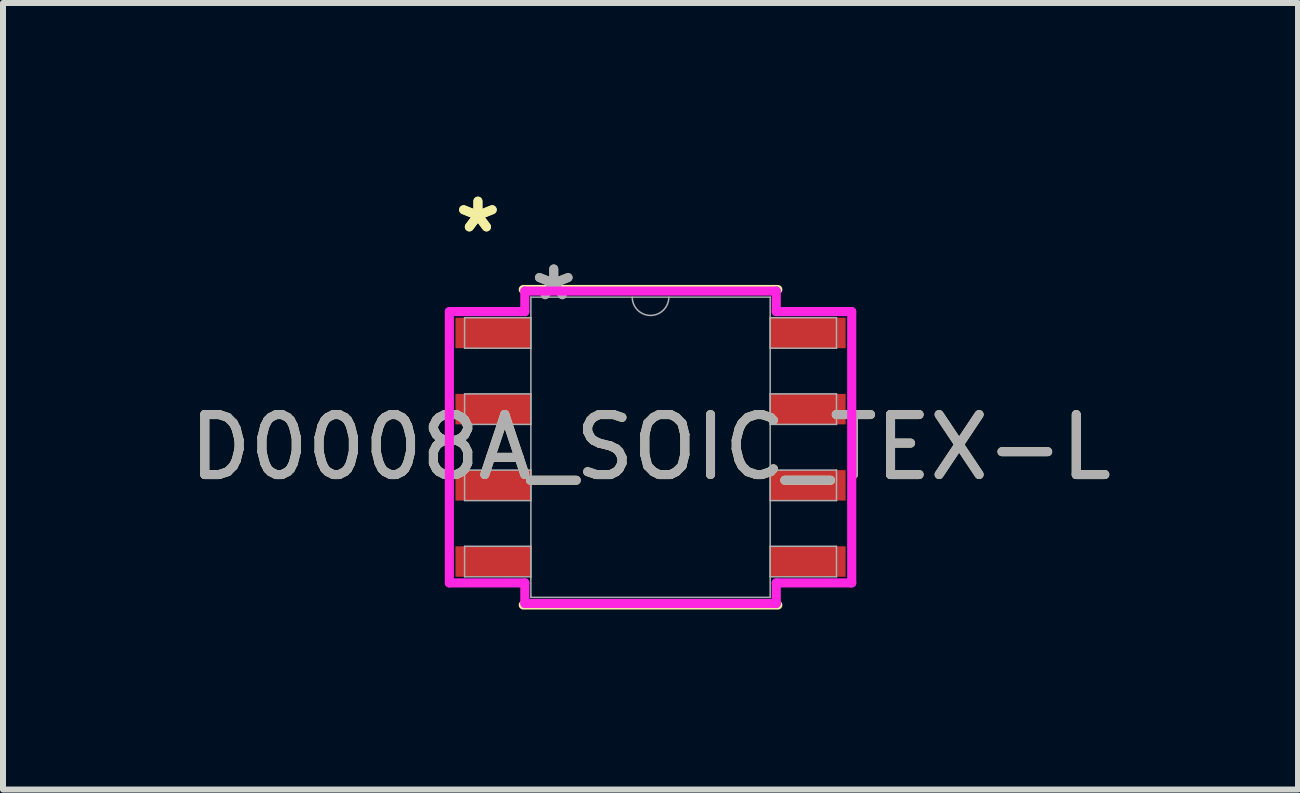
<source format=kicad_pcb>
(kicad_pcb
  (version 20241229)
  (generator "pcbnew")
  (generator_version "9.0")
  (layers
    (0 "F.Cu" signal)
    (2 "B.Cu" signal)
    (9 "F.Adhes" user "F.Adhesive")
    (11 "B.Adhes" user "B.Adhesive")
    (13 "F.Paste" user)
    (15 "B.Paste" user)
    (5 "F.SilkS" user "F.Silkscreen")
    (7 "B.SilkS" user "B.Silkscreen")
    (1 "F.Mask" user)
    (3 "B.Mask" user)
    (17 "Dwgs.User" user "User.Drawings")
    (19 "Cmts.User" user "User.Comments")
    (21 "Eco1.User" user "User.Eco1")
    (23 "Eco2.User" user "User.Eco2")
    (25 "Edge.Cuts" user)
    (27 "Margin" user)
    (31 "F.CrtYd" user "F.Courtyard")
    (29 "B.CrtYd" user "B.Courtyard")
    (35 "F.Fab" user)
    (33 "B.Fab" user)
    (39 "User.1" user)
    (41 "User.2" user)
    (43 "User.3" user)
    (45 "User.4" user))
  (footprint "D0008A_SOIC_TEX-L"
    (layer "F.Cu")
    (at 7.792 4.404)
    (property "Reference" "D0008A_SOIC_TEX-L" (at 0 0 0) (unlocked yes) (layer "F.SilkS") (effects (font (size 1 1) (thickness 0.15))))
    (attr smd)
    (fp_line (start -2.121 2.629) (end 2.121 2.629) (stroke (width 0.152) (type solid)) (layer "F.SilkS"))
    (fp_line (start 2.121 -2.629) (end -2.121 -2.629) (stroke (width 0.152) (type solid)) (layer "F.SilkS"))
    (fp_line (start -3.353 -2.261) (end -2.095 -2.261) (stroke (width 0.152) (type solid)) (layer "F.CrtYd"))
    (fp_line (start -3.353 2.261) (end -3.353 -2.261) (stroke (width 0.152) (type solid)) (layer "F.CrtYd"))
    (fp_line (start -3.353 2.261) (end -2.095 2.261) (stroke (width 0.152) (type solid)) (layer "F.CrtYd"))
    (fp_line (start -2.095 -2.603) (end 2.095 -2.603) (stroke (width 0.152) (type solid)) (layer "F.CrtYd"))
    (fp_line (start -2.095 -2.261) (end -2.095 -2.603) (stroke (width 0.152) (type solid)) (layer "F.CrtYd"))
    (fp_line (start -2.095 2.603) (end -2.095 2.261) (stroke (width 0.152) (type solid)) (layer "F.CrtYd"))
    (fp_line (start 2.095 -2.603) (end 2.095 -2.261) (stroke (width 0.152) (type solid)) (layer "F.CrtYd"))
    (fp_line (start 2.095 2.261) (end 2.095 2.603) (stroke (width 0.152) (type solid)) (layer "F.CrtYd"))
    (fp_line (start 2.095 2.603) (end -2.095 2.603) (stroke (width 0.152) (type solid)) (layer "F.CrtYd"))
    (fp_line (start 3.353 -2.261) (end 2.095 -2.261) (stroke (width 0.152) (type solid)) (layer "F.CrtYd"))
    (fp_line (start 3.353 -2.261) (end 3.353 2.261) (stroke (width 0.152) (type solid)) (layer "F.CrtYd"))
    (fp_line (start 3.353 2.261) (end 2.095 2.261) (stroke (width 0.152) (type solid)) (layer "F.CrtYd"))
    (fp_line (start -3.099 -2.159) (end -3.099 -1.651) (stroke (width 0.025) (type solid)) (layer "F.Fab"))
    (fp_line (start -3.099 -1.651) (end -1.994 -1.651) (stroke (width 0.025) (type solid)) (layer "F.Fab"))
    (fp_line (start -3.099 -0.889) (end -3.099 -0.381) (stroke (width 0.025) (type solid)) (layer "F.Fab"))
    (fp_line (start -3.099 -0.381) (end -1.994 -0.381) (stroke (width 0.025) (type solid)) (layer "F.Fab"))
    (fp_line (start -3.099 0.381) (end -3.099 0.889) (stroke (width 0.025) (type solid)) (layer "F.Fab"))
    (fp_line (start -3.099 0.889) (end -1.994 0.889) (stroke (width 0.025) (type solid)) (layer "F.Fab"))
    (fp_line (start -3.099 1.651) (end -3.099 2.159) (stroke (width 0.025) (type solid)) (layer "F.Fab"))
    (fp_line (start -3.099 2.159) (end -1.994 2.159) (stroke (width 0.025) (type solid)) (layer "F.Fab"))
    (fp_line (start -1.994 -2.502) (end -1.994 2.502) (stroke (width 0.025) (type solid)) (layer "F.Fab"))
    (fp_line (start -1.994 -2.159) (end -3.099 -2.159) (stroke (width 0.025) (type solid)) (layer "F.Fab"))
    (fp_line (start -1.994 -1.651) (end -1.994 -2.159) (stroke (width 0.025) (type solid)) (layer "F.Fab"))
    (fp_line (start -1.994 -0.889) (end -3.099 -0.889) (stroke (width 0.025) (type solid)) (layer "F.Fab"))
    (fp_line (start -1.994 -0.381) (end -1.994 -0.889) (stroke (width 0.025) (type solid)) (layer "F.Fab"))
    (fp_line (start -1.994 0.381) (end -3.099 0.381) (stroke (width 0.025) (type solid)) (layer "F.Fab"))
    (fp_line (start -1.994 0.889) (end -1.994 0.381) (stroke (width 0.025) (type solid)) (layer "F.Fab"))
    (fp_line (start -1.994 1.651) (end -3.099 1.651) (stroke (width 0.025) (type solid)) (layer "F.Fab"))
    (fp_line (start -1.994 2.159) (end -1.994 1.651) (stroke (width 0.025) (type solid)) (layer "F.Fab"))
    (fp_line (start -1.994 2.502) (end 1.994 2.502) (stroke (width 0.025) (type solid)) (layer "F.Fab"))
    (fp_line (start 1.994 -2.502) (end -1.994 -2.502) (stroke (width 0.025) (type solid)) (layer "F.Fab"))
    (fp_line (start 1.994 -2.159) (end 1.994 -1.651) (stroke (width 0.025) (type solid)) (layer "F.Fab"))
    (fp_line (start 1.994 -1.651) (end 3.099 -1.651) (stroke (width 0.025) (type solid)) (layer "F.Fab"))
    (fp_line (start 1.994 -0.889) (end 1.994 -0.381) (stroke (width 0.025) (type solid)) (layer "F.Fab"))
    (fp_line (start 1.994 -0.381) (end 3.099 -0.381) (stroke (width 0.025) (type solid)) (layer "F.Fab"))
    (fp_line (start 1.994 0.381) (end 1.994 0.889) (stroke (width 0.025) (type solid)) (layer "F.Fab"))
    (fp_line (start 1.994 0.889) (end 3.099 0.889) (stroke (width 0.025) (type solid)) (layer "F.Fab"))
    (fp_line (start 1.994 1.651) (end 1.994 2.159) (stroke (width 0.025) (type solid)) (layer "F.Fab"))
    (fp_line (start 1.994 2.159) (end 3.099 2.159) (stroke (width 0.025) (type solid)) (layer "F.Fab"))
    (fp_line (start 1.994 2.502) (end 1.994 -2.502) (stroke (width 0.025) (type solid)) (layer "F.Fab"))
    (fp_line (start 3.099 -2.159) (end 1.994 -2.159) (stroke (width 0.025) (type solid)) (layer "F.Fab"))
    (fp_line (start 3.099 -1.651) (end 3.099 -2.159) (stroke (width 0.025) (type solid)) (layer "F.Fab"))
    (fp_line (start 3.099 -0.889) (end 1.994 -0.889) (stroke (width 0.025) (type solid)) (layer "F.Fab"))
    (fp_line (start 3.099 -0.381) (end 3.099 -0.889) (stroke (width 0.025) (type solid)) (layer "F.Fab"))
    (fp_line (start 3.099 0.381) (end 1.994 0.381) (stroke (width 0.025) (type solid)) (layer "F.Fab"))
    (fp_line (start 3.099 0.889) (end 3.099 0.381) (stroke (width 0.025) (type solid)) (layer "F.Fab"))
    (fp_line (start 3.099 1.651) (end 1.994 1.651) (stroke (width 0.025) (type solid)) (layer "F.Fab"))
    (fp_line (start 3.099 2.159) (end 3.099 1.651) (stroke (width 0.025) (type solid)) (layer "F.Fab"))
    (fp_arc (start 0.3048 -2.5019) (mid 0 -2.1971) (end -0.3048 -2.5019) (stroke (width 0.0254) (type solid)) (layer "F.Fab"))
    (fp_text user "*" (at -2.877 -3.556 0) (unlocked yes) (layer "F.SilkS") (effects (font (size 1 1) (thickness 0.15))))
    (fp_text user "*" (at -2.877 -3.556 0) (layer "F.SilkS") (effects (font (size 1 1) (thickness 0.15))))
    (fp_text user "*" (at -1.613 -2.426 0) (unlocked yes) (layer "F.Fab") (effects (font (size 1 1) (thickness 0.15))))
    (fp_text user "${REFERENCE}" (at 0 0 0) (unlocked yes) (layer "F.Fab") (effects (font (size 1 1) (thickness 0.15))))
    (fp_text user "*" (at -1.613 -2.426 0) (layer "F.Fab") (effects (font (size 1 1) (thickness 0.15))))
    (pad "1" smd rect (at -2.623 -1.905) (size 1.257 0.508) (layers "F.Cu" "F.Mask" "F.Paste"))
    (pad "2" smd rect (at -2.623 -0.635) (size 1.257 0.508) (layers "F.Cu" "F.Mask" "F.Paste"))
    (pad "3" smd rect (at -2.623 0.635) (size 1.257 0.508) (layers "F.Cu" "F.Mask" "F.Paste"))
    (pad "4" smd rect (at -2.623 1.905) (size 1.257 0.508) (layers "F.Cu" "F.Mask" "F.Paste"))
    (pad "5" smd rect (at 2.623 1.905) (size 1.257 0.508) (layers "F.Cu" "F.Mask" "F.Paste"))
    (pad "6" smd rect (at 2.623 0.635) (size 1.257 0.508) (layers "F.Cu" "F.Mask" "F.Paste"))
    (pad "7" smd rect (at 2.623 -0.635) (size 1.257 0.508) (layers "F.Cu" "F.Mask" "F.Paste"))
    (pad "8" smd rect (at 2.623 -1.905) (size 1.257 0.508) (layers "F.Cu" "F.Mask" "F.Paste")))
  (gr_rect
    (start -3 -3)
    (end 18.583 10.109)
    (stroke (width 0.1) (type default))
    (fill no)
    (layer "Edge.Cuts")))
</source>
